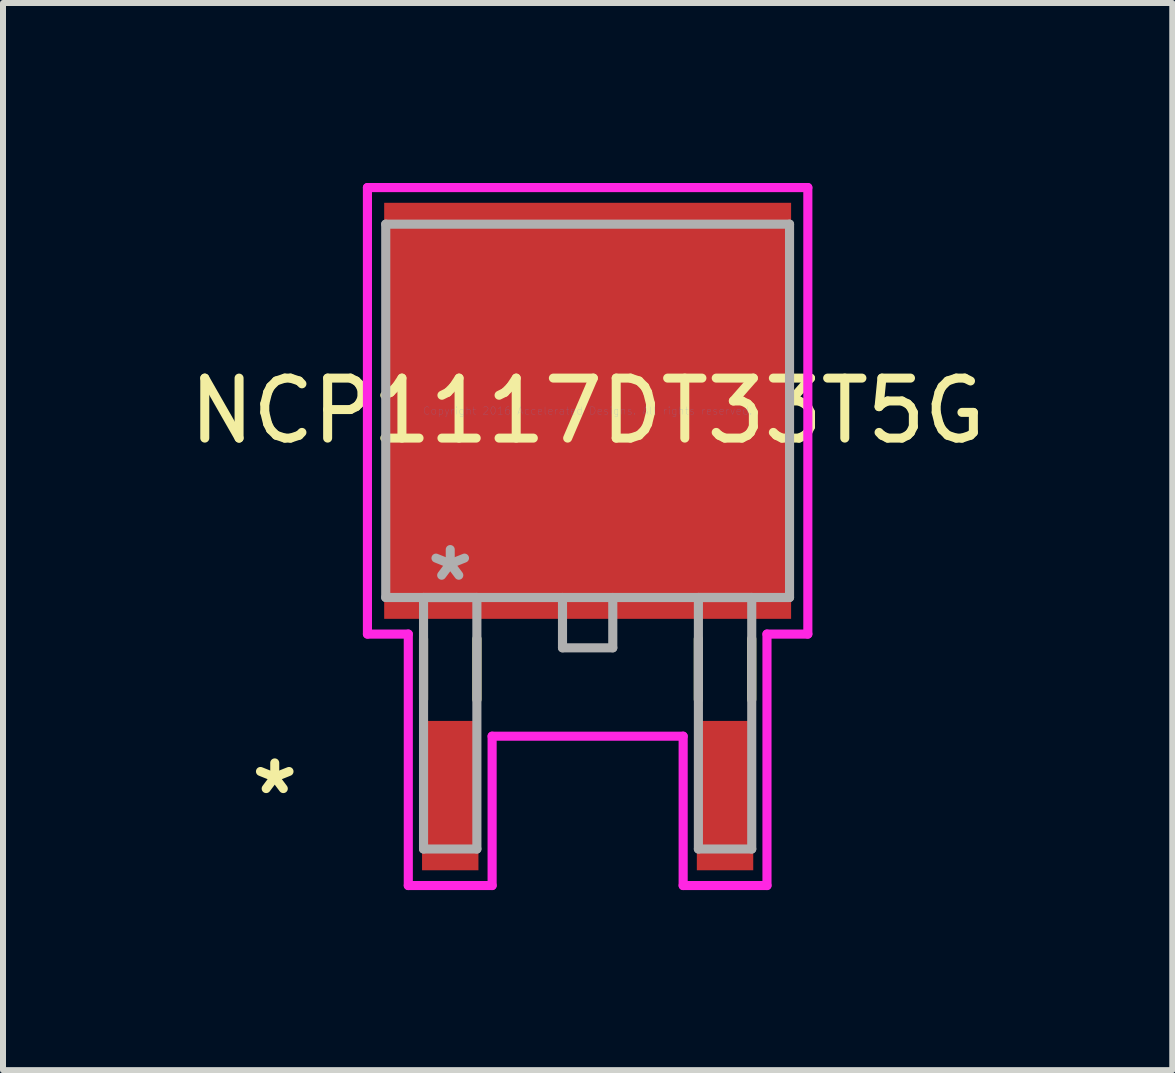
<source format=kicad_pcb>
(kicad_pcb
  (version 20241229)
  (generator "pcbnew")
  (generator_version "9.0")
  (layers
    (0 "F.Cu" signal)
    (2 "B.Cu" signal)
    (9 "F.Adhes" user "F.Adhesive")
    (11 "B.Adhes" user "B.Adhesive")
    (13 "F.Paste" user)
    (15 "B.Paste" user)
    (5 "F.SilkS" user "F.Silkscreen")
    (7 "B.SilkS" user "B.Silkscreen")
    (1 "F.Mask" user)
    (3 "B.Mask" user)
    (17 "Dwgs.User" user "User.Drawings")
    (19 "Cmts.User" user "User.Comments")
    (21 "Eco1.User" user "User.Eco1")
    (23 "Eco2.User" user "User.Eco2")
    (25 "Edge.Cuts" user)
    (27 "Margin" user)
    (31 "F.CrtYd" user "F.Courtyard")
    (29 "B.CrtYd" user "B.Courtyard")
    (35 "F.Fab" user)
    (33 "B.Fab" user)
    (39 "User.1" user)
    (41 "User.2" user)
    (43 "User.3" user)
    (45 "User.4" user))
  (footprint "NCP1117DT33T5G"
    (layer "F.Cu")
    (at 6.744 3.797)
    (property "Reference" "NCP1117DT33T5G" (at 0 0 0) (layer "F.SilkS") (effects (font (size 1 1) (thickness 0.15))))
    (attr through_hole)
    (fp_line (start -2.735 3.8) (end -2.735 4.813) (stroke (width 0.152) (type solid)) (layer "F.SilkS"))
    (fp_line (start -1.845 3.8) (end -1.845 4.813) (stroke (width 0.152) (type solid)) (layer "F.SilkS"))
    (fp_line (start 1.845 3.8) (end 1.845 4.813) (stroke (width 0.152) (type solid)) (layer "F.SilkS"))
    (fp_line (start 2.735 3.8) (end 2.735 4.813) (stroke (width 0.152) (type solid)) (layer "F.SilkS"))
    (fp_line (start -3.67 -3.721) (end 3.67 -3.721) (stroke (width 0.152) (type solid)) (layer "F.CrtYd"))
    (fp_line (start -3.67 3.721) (end -3.67 -3.721) (stroke (width 0.152) (type solid)) (layer "F.CrtYd"))
    (fp_line (start -2.989 3.721) (end -3.67 3.721) (stroke (width 0.152) (type solid)) (layer "F.CrtYd"))
    (fp_line (start -2.989 7.912) (end -2.989 3.721) (stroke (width 0.152) (type solid)) (layer "F.CrtYd"))
    (fp_line (start -1.592 5.423) (end -1.592 7.912) (stroke (width 0.152) (type solid)) (layer "F.CrtYd"))
    (fp_line (start -1.592 7.912) (end -2.989 7.912) (stroke (width 0.152) (type solid)) (layer "F.CrtYd"))
    (fp_line (start 1.592 5.423) (end -1.592 5.423) (stroke (width 0.152) (type solid)) (layer "F.CrtYd"))
    (fp_line (start 1.592 7.912) (end 1.592 5.423) (stroke (width 0.152) (type solid)) (layer "F.CrtYd"))
    (fp_line (start 2.989 3.721) (end 2.989 7.912) (stroke (width 0.152) (type solid)) (layer "F.CrtYd"))
    (fp_line (start 2.989 7.912) (end 1.592 7.912) (stroke (width 0.152) (type solid)) (layer "F.CrtYd"))
    (fp_line (start 3.67 -3.721) (end 3.67 3.721) (stroke (width 0.152) (type solid)) (layer "F.CrtYd"))
    (fp_line (start 3.67 3.721) (end 2.989 3.721) (stroke (width 0.152) (type solid)) (layer "F.CrtYd"))
    (fp_line (start -3.365 -3.111) (end -3.365 3.111) (stroke (width 0.152) (type solid)) (layer "F.Fab"))
    (fp_line (start -3.365 3.111) (end 3.365 3.111) (stroke (width 0.152) (type solid)) (layer "F.Fab"))
    (fp_line (start -2.735 3.111) (end -2.735 7.303) (stroke (width 0.152) (type solid)) (layer "F.Fab"))
    (fp_line (start -2.735 7.303) (end -1.846 7.303) (stroke (width 0.152) (type solid)) (layer "F.Fab"))
    (fp_line (start -1.846 3.111) (end -2.735 3.111) (stroke (width 0.152) (type solid)) (layer "F.Fab"))
    (fp_line (start -1.846 7.303) (end -1.846 3.111) (stroke (width 0.152) (type solid)) (layer "F.Fab"))
    (fp_line (start -0.419 3.111) (end -0.419 3.95) (stroke (width 0.152) (type solid)) (layer "F.Fab"))
    (fp_line (start -0.419 3.95) (end 0.419 3.95) (stroke (width 0.152) (type solid)) (layer "F.Fab"))
    (fp_line (start 0.419 3.95) (end 0.419 3.111) (stroke (width 0.152) (type solid)) (layer "F.Fab"))
    (fp_line (start 1.846 3.111) (end 1.846 7.303) (stroke (width 0.152) (type solid)) (layer "F.Fab"))
    (fp_line (start 1.846 7.303) (end 2.735 7.303) (stroke (width 0.152) (type solid)) (layer "F.Fab"))
    (fp_line (start 2.735 3.111) (end 1.846 3.111) (stroke (width 0.152) (type solid)) (layer "F.Fab"))
    (fp_line (start 2.735 7.303) (end 2.735 3.111) (stroke (width 0.152) (type solid)) (layer "F.Fab"))
    (fp_line (start 3.365 -3.111) (end -3.365 -3.111) (stroke (width 0.152) (type solid)) (layer "F.Fab"))
    (fp_line (start 3.365 3.111) (end 3.365 -3.111) (stroke (width 0.152) (type solid)) (layer "F.Fab"))
    (fp_text user "*" (at -5.215 6.413 0) (layer "F.SilkS") (effects (font (size 1 1) (thickness 0.15))))
    (fp_text user "Copyright 2016 Accelerated Designs. All rights reserved." (at 0 0 0) (layer "Cmts.User") (effects (font (size 0.127 0.127) (thickness 0.002))))
    (fp_text user "*" (at -2.29 2.857 0) (layer "F.Fab") (effects (font (size 1 1) (thickness 0.15))))
    (pad "1" smd rect (at -2.29 6.413) (size 0.94 2.489) (layers "F.Cu" "F.Mask" "F.Paste"))
    (pad "2" smd rect (at 0 0) (size 6.782 6.934) (layers "F.Cu" "F.Mask" "F.Paste"))
    (pad "3" smd rect (at 2.29 6.413) (size 0.94 2.489) (layers "F.Cu" "F.Mask" "F.Paste")))
  (gr_rect
    (start -3 -3)
    (end 16.488 14.786)
    (stroke (width 0.1) (type default))
    (fill no)
    (layer "Edge.Cuts")))
</source>
